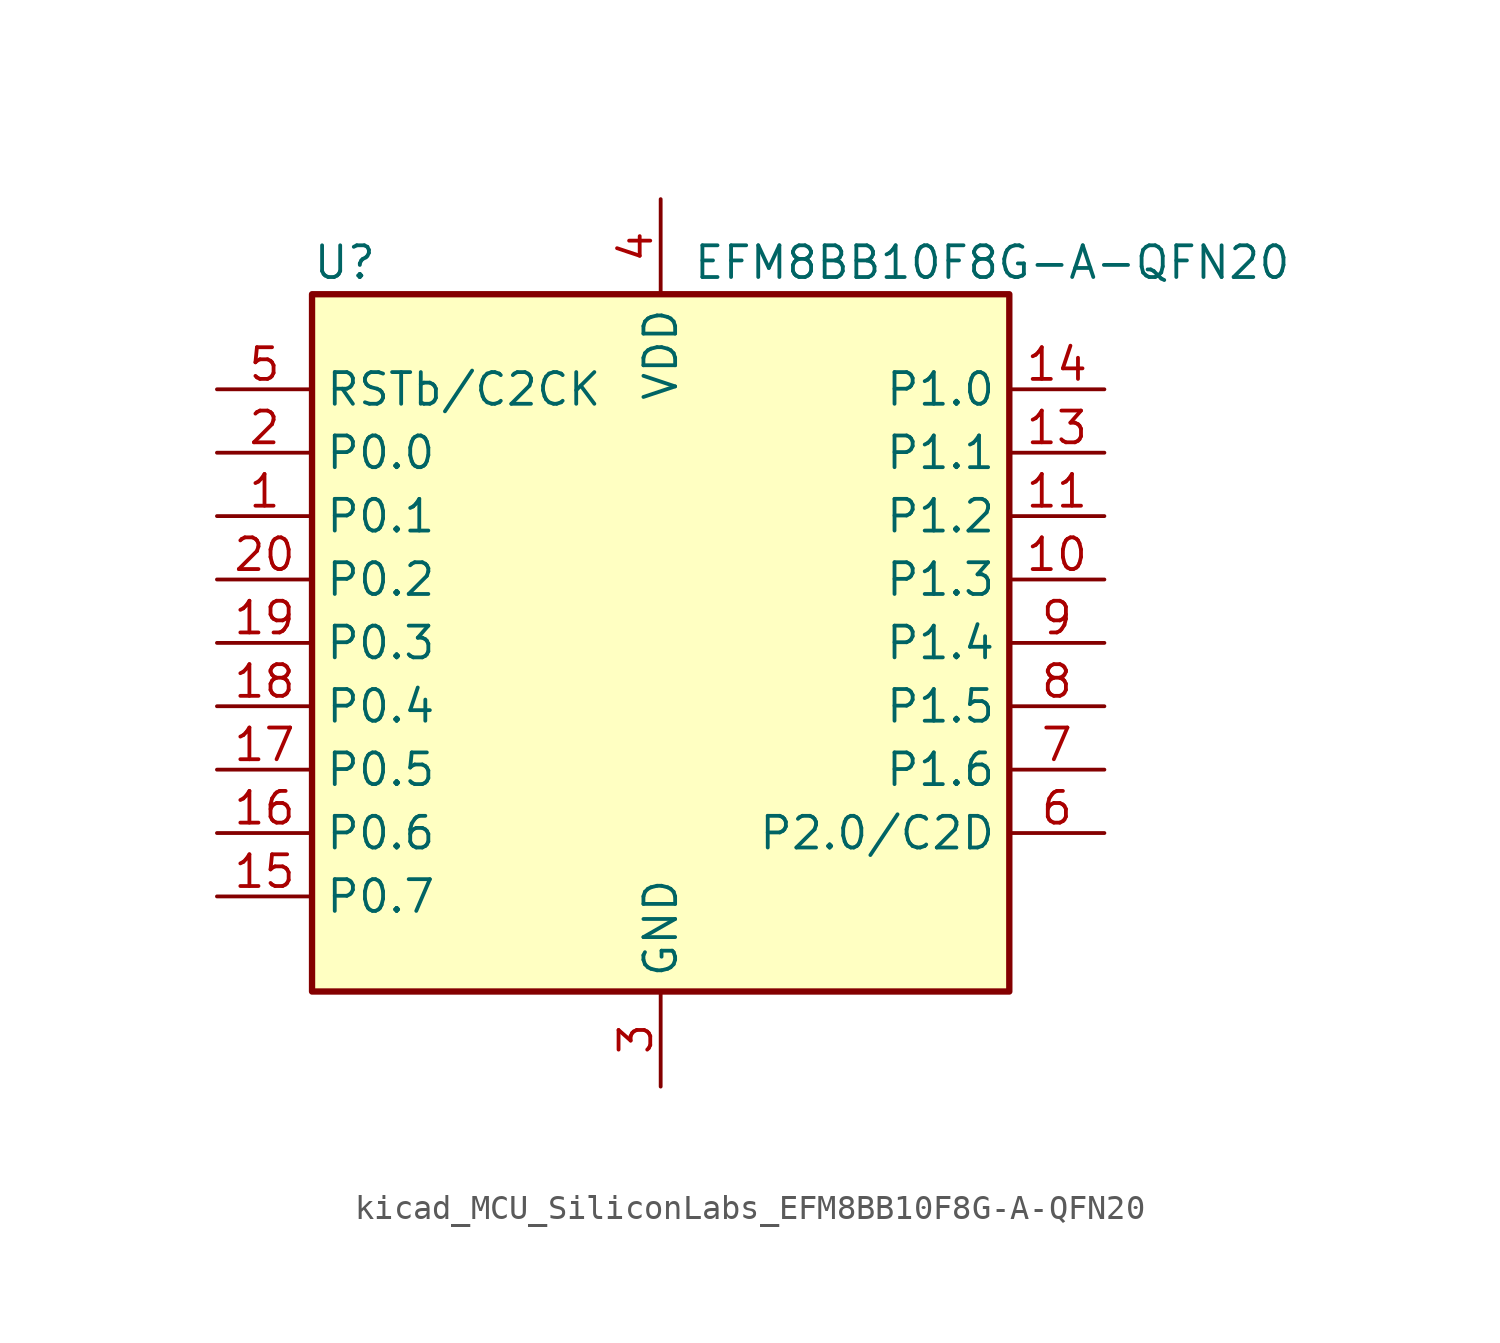
<source format=kicad_sym>
(kicad_symbol_lib
  (version 20220914)
  (generator kicad_symbol_editor)
  (symbol "kicad_MCU_SiliconLabs_EFM8BB10F8G-A-QFN20"
    (property "Reference" "U"
      (at -13.97 15.24 0)
      (effects (font (size 1.27 1.27)) (justify left)))
    (property "Value" "EFM8BB10F8G-A-QFN20"
      (at 1.27 15.24 0)
      (effects (font (size 1.27 1.27)) (justify left)))
    (symbol "kicad_MCU_SiliconLabs_EFM8BB10F8G-A-QFN20_0_1"
      (rectangle (start -13.97 13.97) (end 13.97 -13.97) (stroke (width 0.254) (type default)) (fill (type background)))
      (pin bidirectional line (at -17.78 5.08 0) (length 3.81) (name "P0.1" (effects (font (size 1.27 1.27)))) (number "1" (effects (font (size 1.27 1.27)))))
      (pin bidirectional line (at 17.78 2.54 180) (length 3.81) (name "P1.3" (effects (font (size 1.27 1.27)))) (number "10" (effects (font (size 1.27 1.27)))))
      (pin bidirectional line (at 17.78 5.08 180) (length 3.81) (name "P1.2" (effects (font (size 1.27 1.27)))) (number "11" (effects (font (size 1.27 1.27)))))
      (pin passive line (at 0 -17.78 90) (length 3.81) hide (name "GND" (effects (font (size 1.27 1.27)))) (number "12" (effects (font (size 1.27 1.27)))))
      (pin bidirectional line (at 17.78 7.62 180) (length 3.81) (name "P1.1" (effects (font (size 1.27 1.27)))) (number "13" (effects (font (size 1.27 1.27)))))
      (pin bidirectional line (at 17.78 10.16 180) (length 3.81) (name "P1.0" (effects (font (size 1.27 1.27)))) (number "14" (effects (font (size 1.27 1.27)))))
      (pin bidirectional line (at -17.78 -10.16 0) (length 3.81) (name "P0.7" (effects (font (size 1.27 1.27)))) (number "15" (effects (font (size 1.27 1.27)))))
      (pin bidirectional line (at -17.78 -7.62 0) (length 3.81) (name "P0.6" (effects (font (size 1.27 1.27)))) (number "16" (effects (font (size 1.27 1.27)))))
      (pin bidirectional line (at -17.78 -5.08 0) (length 3.81) (name "P0.5" (effects (font (size 1.27 1.27)))) (number "17" (effects (font (size 1.27 1.27)))))
      (pin bidirectional line (at -17.78 -2.54 0) (length 3.81) (name "P0.4" (effects (font (size 1.27 1.27)))) (number "18" (effects (font (size 1.27 1.27)))))
      (pin bidirectional line (at -17.78 0 0) (length 3.81) (name "P0.3" (effects (font (size 1.27 1.27)))) (number "19" (effects (font (size 1.27 1.27)))))
      (pin bidirectional line (at -17.78 7.62 0) (length 3.81) (name "P0.0" (effects (font (size 1.27 1.27)))) (number "2" (effects (font (size 1.27 1.27)))))
      (pin bidirectional line (at -17.78 2.54 0) (length 3.81) (name "P0.2" (effects (font (size 1.27 1.27)))) (number "20" (effects (font (size 1.27 1.27)))))
      (pin passive line (at 0 -17.78 90) (length 3.81) hide (name "GND" (effects (font (size 1.27 1.27)))) (number "21" (effects (font (size 1.27 1.27)))))
      (pin power_in line (at 0 -17.78 90) (length 3.81) (name "GND" (effects (font (size 1.27 1.27)))) (number "3" (effects (font (size 1.27 1.27)))))
      (pin power_in line (at 0 17.78 270) (length 3.81) (name "VDD" (effects (font (size 1.27 1.27)))) (number "4" (effects (font (size 1.27 1.27)))))
      (pin input line (at -17.78 10.16 0) (length 3.81) (name "RSTb/C2CK" (effects (font (size 1.27 1.27)))) (number "5" (effects (font (size 1.27 1.27)))))
      (pin bidirectional line (at 17.78 -7.62 180) (length 3.81) (name "P2.0/C2D" (effects (font (size 1.27 1.27)))) (number "6" (effects (font (size 1.27 1.27)))))
      (pin bidirectional line (at 17.78 -5.08 180) (length 3.81) (name "P1.6" (effects (font (size 1.27 1.27)))) (number "7" (effects (font (size 1.27 1.27)))))
      (pin bidirectional line (at 17.78 -2.54 180) (length 3.81) (name "P1.5" (effects (font (size 1.27 1.27)))) (number "8" (effects (font (size 1.27 1.27)))))
      (pin bidirectional line (at 17.78 0 180) (length 3.81) (name "P1.4" (effects (font (size 1.27 1.27)))) (number "9" (effects (font (size 1.27 1.27))))))))
</source>
